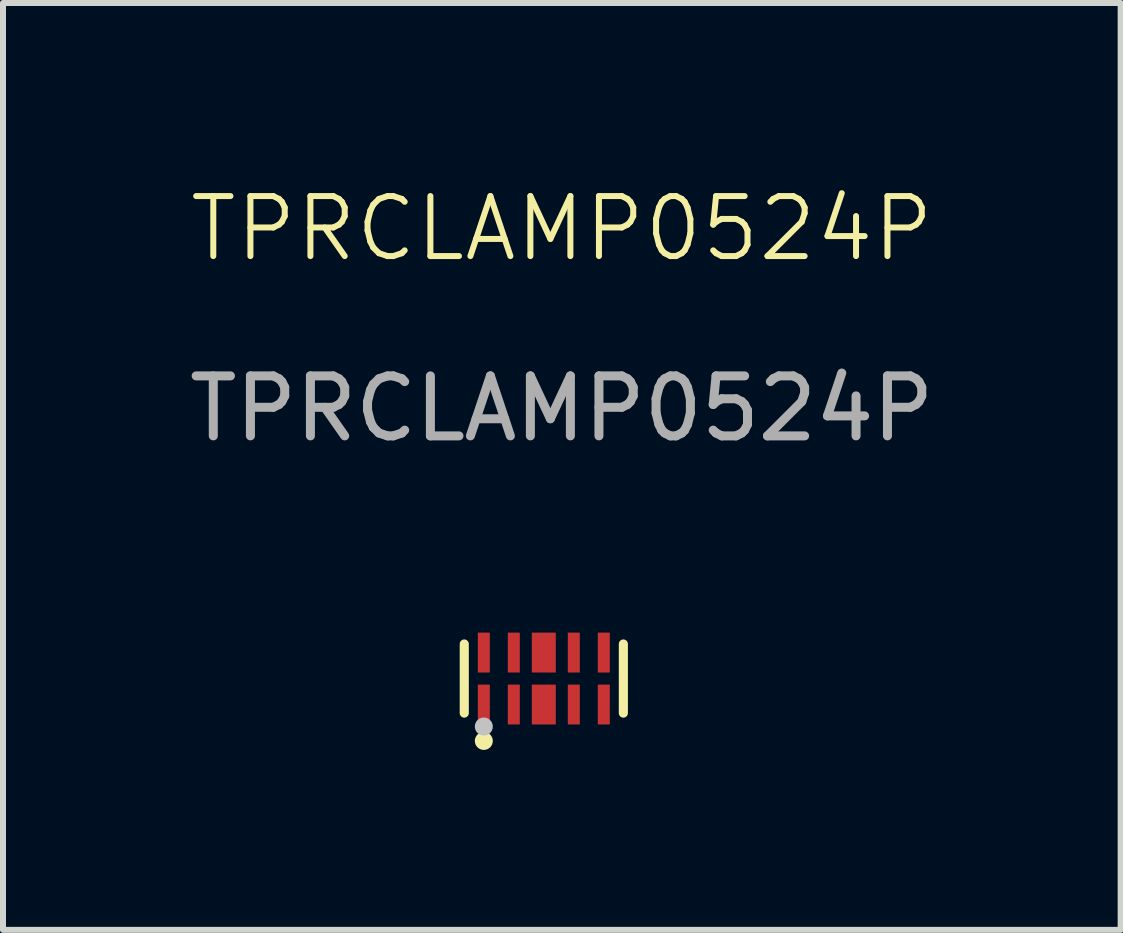
<source format=kicad_pcb>
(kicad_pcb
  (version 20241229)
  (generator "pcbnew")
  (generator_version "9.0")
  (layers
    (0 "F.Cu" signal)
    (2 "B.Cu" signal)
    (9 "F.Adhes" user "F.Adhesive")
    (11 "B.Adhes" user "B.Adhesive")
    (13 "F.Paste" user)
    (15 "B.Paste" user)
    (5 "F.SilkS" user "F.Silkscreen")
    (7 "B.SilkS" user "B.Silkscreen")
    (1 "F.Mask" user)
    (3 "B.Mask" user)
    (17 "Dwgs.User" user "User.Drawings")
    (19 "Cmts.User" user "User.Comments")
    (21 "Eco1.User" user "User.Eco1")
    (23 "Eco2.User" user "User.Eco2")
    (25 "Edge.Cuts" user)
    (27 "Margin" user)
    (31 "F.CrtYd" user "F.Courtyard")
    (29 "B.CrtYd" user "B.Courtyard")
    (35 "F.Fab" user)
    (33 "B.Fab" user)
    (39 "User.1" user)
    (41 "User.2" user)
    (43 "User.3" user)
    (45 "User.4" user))
  (footprint "TPRCLAMP0524P"
    (layer "F.Cu")
    (at 6.015 8.261)
    (property "Reference" "TPRCLAMP0524P" (at 0.3 -7.5 0) (unlocked yes) (layer "F.SilkS") (effects (font (size 1 1) (thickness 0.1))))
    (attr smd)
    (fp_line (start -1.326 0.576) (end -1.326 -0.576) (stroke (width 0.152) (type default)) (layer "F.SilkS"))
    (fp_line (start 1.326 0.576) (end 1.326 -0.576) (stroke (width 0.152) (type default)) (layer "F.SilkS"))
    (fp_circle (center -1 1.04) (end -0.925 1.04) (stroke (width 0.15) (type default)) (fill no) (layer "F.SilkS"))
    (fp_poly (pts (xy -1.101 0.101) (xy -0.9 0.101) (xy -0.9 0.765) (xy -1.1 0.765)) (stroke (width 0) (type default)) (fill yes) (layer "F.Paste"))
    (fp_poly (pts (xy -0.601 0.101) (xy -0.4 0.101) (xy -0.4 0.765) (xy -0.6 0.765)) (stroke (width 0) (type default)) (fill yes) (layer "F.Paste"))
    (fp_poly (pts (xy -0.2 -0.765) (xy 0.2 -0.765) (xy 0.2 -0.1) (xy -0.2 -0.1)) (stroke (width 0) (type default)) (fill yes) (layer "F.Paste"))
    (fp_poly (pts (xy -0.2 0.1) (xy 0.2 0.1) (xy 0.2 0.765) (xy -0.2 0.765)) (stroke (width 0) (type default)) (fill yes) (layer "F.Paste"))
    (fp_poly (pts (xy 0.399 0.101) (xy 0.601 0.101) (xy 0.601 0.765) (xy 0.4 0.765)) (stroke (width 0) (type default)) (fill yes) (layer "F.Paste"))
    (fp_poly (pts (xy 0.899 0.101) (xy 1.1 0.101) (xy 1.1 0.765) (xy 0.9 0.765)) (stroke (width 0) (type default)) (fill yes) (layer "F.Paste"))
    (fp_poly (pts (xy -1.101 -0.765) (xy -0.9 -0.765) (xy -0.9 -0.101) (xy -1.1 -0.101) (xy -1.1 -0.101)) (stroke (width 0) (type default)) (fill yes) (layer "F.Paste"))
    (fp_poly (pts (xy -0.601 -0.765) (xy -0.4 -0.765) (xy -0.4 -0.101) (xy -0.6 -0.101) (xy -0.6 -0.101)) (stroke (width 0) (type default)) (fill yes) (layer "F.Paste"))
    (fp_poly (pts (xy 0.399 -0.765) (xy 0.601 -0.765) (xy 0.601 -0.101) (xy 0.4 -0.101) (xy 0.4 -0.101)) (stroke (width 0) (type default)) (fill yes) (layer "F.Paste"))
    (fp_poly (pts (xy 0.899 -0.765) (xy 1.1 -0.765) (xy 1.1 -0.101) (xy 0.9 -0.101) (xy 0.9 -0.101)) (stroke (width 0) (type default)) (fill yes) (layer "F.Paste"))
    (fp_circle (center -1 0.8) (end -0.925 0.8) (stroke (width 0.15) (type default)) (fill no) (layer "Dwgs.User"))
    (fp_poly (pts (xy -1.1 -0.5) (xy -1.1 -0.1) (xy -0.9 -0.1) (xy -0.9 -0.5)) (stroke (width 0.1) (type default)) (fill no) (layer "User.1"))
    (fp_poly (pts (xy -1.1 0.5) (xy -1.1 0.1) (xy -0.9 0.1) (xy -0.9 0.5)) (stroke (width 0.1) (type default)) (fill no) (layer "User.1"))
    (fp_poly (pts (xy -0.6 -0.5) (xy -0.6 -0.1) (xy -0.4 -0.1) (xy -0.4 -0.5)) (stroke (width 0.1) (type default)) (fill no) (layer "User.1"))
    (fp_poly (pts (xy -0.6 0.5) (xy -0.6 0.1) (xy -0.4 0.1) (xy -0.4 0.5)) (stroke (width 0.1) (type default)) (fill no) (layer "User.1"))
    (fp_poly (pts (xy -0.2 -0.5) (xy 0.2 -0.5) (xy 0.2 -0.1) (xy -0.2 -0.1)) (stroke (width 0.1) (type default)) (fill no) (layer "User.1"))
    (fp_poly (pts (xy -0.2 0.1) (xy 0.2 0.1) (xy 0.2 0.5) (xy -0.2 0.5)) (stroke (width 0.1) (type default)) (fill no) (layer "User.1"))
    (fp_poly (pts (xy 0.4 -0.5) (xy 0.4 -0.1) (xy 0.6 -0.1) (xy 0.6 -0.5)) (stroke (width 0.1) (type default)) (fill no) (layer "User.1"))
    (fp_poly (pts (xy 0.4 0.5) (xy 0.4 0.1) (xy 0.6 0.1) (xy 0.6 0.5)) (stroke (width 0.1) (type default)) (fill no) (layer "User.1"))
    (fp_poly (pts (xy 0.9 -0.5) (xy 0.9 -0.1) (xy 1.1 -0.1) (xy 1.1 -0.5)) (stroke (width 0.1) (type default)) (fill no) (layer "User.1"))
    (fp_poly (pts (xy 0.9 0.5) (xy 0.9 0.1) (xy 1.1 0.1) (xy 1.1 0.5)) (stroke (width 0.1) (type default)) (fill no) (layer "User.1"))
    (fp_line (start -1.25 -0.5) (end 1.25 -0.5) (stroke (width 0.051) (type default)) (layer "User.2"))
    (fp_line (start -1.25 0.5) (end -1.25 -0.5) (stroke (width 0.051) (type default)) (layer "User.2"))
    (fp_line (start 1.25 -0.5) (end 1.25 0.5) (stroke (width 0.051) (type default)) (layer "User.2"))
    (fp_line (start 1.25 0.5) (end -1.25 0.5) (stroke (width 0.051) (type default)) (layer "User.2"))
    (fp_poly (pts (xy -1.19 0.5) (xy -1.208 0.458) (xy -1.25 0.44) (xy -1.292 0.458) (xy -1.31 0.5) (xy -1.292 0.542) (xy -1.25 0.56) (xy -1.208 0.542)) (stroke (width 0.1) (type default)) (fill no) (layer "User.3"))
    (fp_text user "${REFERENCE}" (at 0.3 -4.5 0) (unlocked yes) (layer "F.Fab") (effects (font (size 1 1) (thickness 0.15))))
    (pad "1" smd rect (at -1 0.433) (size 0.2 0.665) (layers "F.Cu" "F.Mask" "F.Paste"))
    (pad "2" smd rect (at -0.5 0.433) (size 0.2 0.665) (layers "F.Cu" "F.Mask" "F.Paste"))
    (pad "3" smd rect (at 0 0.433) (size 0.4 0.665) (layers "F.Cu" "F.Mask" "F.Paste"))
    (pad "4" smd rect (at 0.5 0.433) (size 0.2 0.665) (layers "F.Cu" "F.Mask" "F.Paste"))
    (pad "5" smd rect (at 1 0.433) (size 0.2 0.665) (layers "F.Cu" "F.Mask" "F.Paste"))
    (pad "6" smd rect (at 1 -0.433) (size 0.2 0.665) (layers "F.Cu" "F.Mask" "F.Paste"))
    (pad "7" smd rect (at 0.5 -0.433) (size 0.2 0.665) (layers "F.Cu" "F.Mask" "F.Paste"))
    (pad "8" smd rect (at 0 -0.433) (size 0.4 0.665) (layers "F.Cu" "F.Mask" "F.Paste"))
    (pad "9" smd rect (at -0.5 -0.433) (size 0.2 0.665) (layers "F.Cu" "F.Mask" "F.Paste"))
    (pad "10" smd rect (at -1 -0.433) (size 0.2 0.665) (layers "F.Cu" "F.Mask" "F.Paste")))
  (gr_rect
    (start -3 -3)
    (end 15.631 12.45)
    (stroke (width 0.1) (type default))
    (fill no)
    (layer "Edge.Cuts")))
</source>
